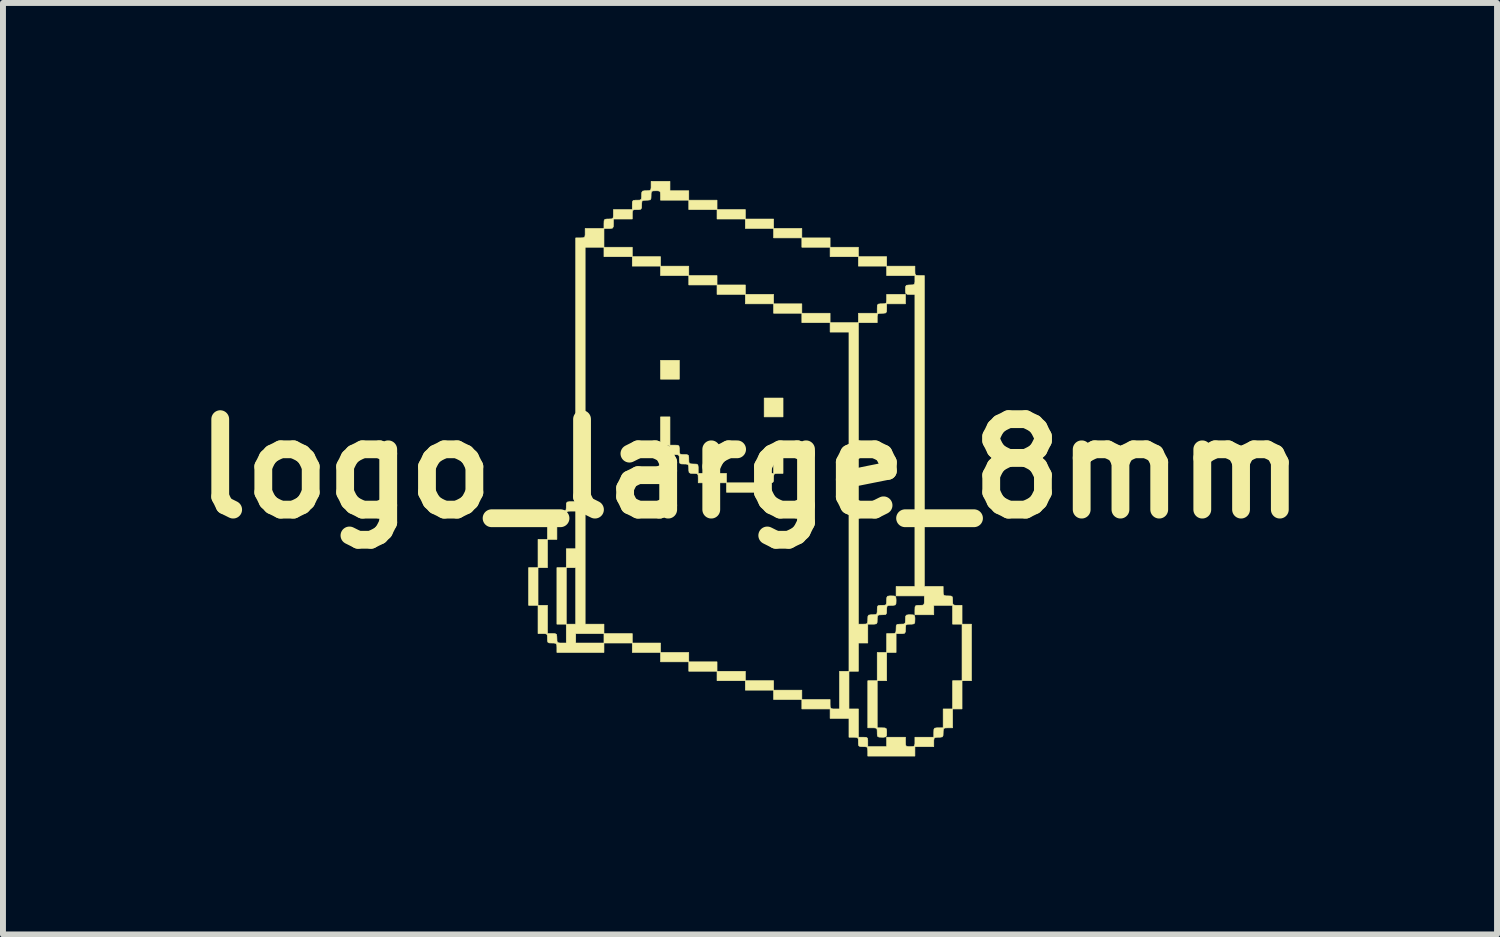
<source format=kicad_pcb>
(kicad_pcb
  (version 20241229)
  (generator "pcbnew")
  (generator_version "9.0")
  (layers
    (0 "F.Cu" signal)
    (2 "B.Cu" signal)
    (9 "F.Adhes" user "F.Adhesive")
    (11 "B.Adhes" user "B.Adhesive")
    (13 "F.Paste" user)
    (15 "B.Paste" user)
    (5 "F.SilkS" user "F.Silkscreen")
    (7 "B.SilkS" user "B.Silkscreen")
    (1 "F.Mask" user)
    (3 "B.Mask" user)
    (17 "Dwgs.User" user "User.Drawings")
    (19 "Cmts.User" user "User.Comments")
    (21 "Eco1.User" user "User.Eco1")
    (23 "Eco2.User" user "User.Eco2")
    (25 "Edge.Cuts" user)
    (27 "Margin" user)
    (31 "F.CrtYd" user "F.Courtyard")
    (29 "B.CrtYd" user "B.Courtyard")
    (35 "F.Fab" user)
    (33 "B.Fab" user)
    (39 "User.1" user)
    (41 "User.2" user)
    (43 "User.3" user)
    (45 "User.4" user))
  (footprint "logo_large_8mm"
    (layer "F.Cu")
    (at 9.587 4.847)
    (property "Reference" "logo_large_8mm" (at 0 0 0) (layer "F.SilkS") (effects (font (size 1.524 1.524) (thickness 0.3))))
    (attr through_hole)
    (fp_poly (pts (xy -3.096 2.619) (xy -3.254 2.619) (xy -3.254 1.667) (xy -3.096 1.667) (xy -3.096 2.619)) (stroke (width 0.01) (type solid)) (fill yes) (layer "F.SilkS"))
    (fp_poly (pts (xy -1.984 -3.572) (xy -2.461 -3.572) (xy -2.461 -3.731) (xy -1.984 -3.731) (xy -1.984 -3.572)) (stroke (width 0.01) (type solid)) (fill yes) (layer "F.SilkS"))
    (fp_poly (pts (xy -1.508 -3.413) (xy -1.984 -3.413) (xy -1.984 -3.572) (xy -1.508 -3.572) (xy -1.508 -3.413)) (stroke (width 0.01) (type solid)) (fill yes) (layer "F.SilkS"))
    (fp_poly (pts (xy -1.191 -1.508) (xy -1.508 -1.508) (xy -1.508 -1.826) (xy -1.191 -1.826) (xy -1.191 -1.508)) (stroke (width 0.01) (type solid)) (fill yes) (layer "F.SilkS"))
    (fp_poly (pts (xy -1.032 -3.254) (xy -1.508 -3.254) (xy -1.508 -3.413) (xy -1.032 -3.413) (xy -1.032 -3.254)) (stroke (width 0.01) (type solid)) (fill yes) (layer "F.SilkS"))
    (fp_poly (pts (xy -0.556 -3.096) (xy -1.032 -3.096) (xy -1.032 -3.254) (xy -0.556 -3.254) (xy -0.556 -3.096)) (stroke (width 0.01) (type solid)) (fill yes) (layer "F.SilkS"))
    (fp_poly (pts (xy -0.079 -2.937) (xy -0.556 -2.937) (xy -0.556 -3.096) (xy -0.079 -3.096) (xy -0.079 -2.937)) (stroke (width 0.01) (type solid)) (fill yes) (layer "F.SilkS"))
    (fp_poly (pts (xy 0.397 -2.778) (xy -0.079 -2.778) (xy -0.079 -2.937) (xy 0.397 -2.937) (xy 0.397 -2.778)) (stroke (width 0.01) (type solid)) (fill yes) (layer "F.SilkS"))
    (fp_poly (pts (xy 0.556 -0.873) (xy 0.238 -0.873) (xy 0.238 -1.191) (xy 0.556 -1.191) (xy 0.556 -0.873)) (stroke (width 0.01) (type solid)) (fill yes) (layer "F.SilkS"))
    (fp_poly (pts (xy 0.873 -2.619) (xy 0.397 -2.619) (xy 0.397 -2.778) (xy 0.873 -2.778) (xy 0.873 -2.619)) (stroke (width 0.01) (type solid)) (fill yes) (layer "F.SilkS"))
    (fp_poly (pts (xy 1.349 -2.461) (xy 0.873 -2.461) (xy 0.873 -2.619) (xy 1.349 -2.619) (xy 1.349 -2.461)) (stroke (width 0.01) (type solid)) (fill yes) (layer "F.SilkS"))
    (fp_poly (pts (xy 2.302 3.572) (xy 2.143 3.572) (xy 2.143 3.096) (xy 2.302 3.096) (xy 2.302 3.572)) (stroke (width 0.01) (type solid)) (fill yes) (layer "F.SilkS"))
    (fp_poly (pts (xy 2.143 4.366) (xy 2.223 4.366) (xy 2.273 4.368) (xy 2.296 4.381) (xy 2.302 4.417) (xy 2.302 4.445) (xy 2.3 4.496) (xy 2.287 4.518) (xy 2.25 4.524) (xy 2.223 4.524) (xy 2.172 4.522) (xy 2.149 4.509) (xy 2.143 4.473) (xy 2.143 4.445) (xy 2.141 4.394) (xy 2.128 4.372) (xy 2.092 4.366) (xy 2.064 4.366) (xy 1.984 4.366) (xy 1.984 3.572) (xy 2.143 3.572) (xy 2.143 4.366)) (stroke (width 0.01) (type solid)) (fill yes) (layer "F.SilkS"))
    (fp_poly (pts (xy 0.556 0.079) (xy 0.476 0.079) (xy 0.425 0.081) (xy 0.403 0.095) (xy 0.397 0.131) (xy 0.397 0.159) (xy 0.395 0.21) (xy 0.382 0.232) (xy 0.345 0.238) (xy 0.318 0.238) (xy 0.267 0.24) (xy 0.244 0.253) (xy 0.238 0.29) (xy 0.238 0.318) (xy 0.238 0.397) (xy -0.397 0.397) (xy -0.397 0.238) (xy 0.238 0.238) (xy 0.238 0.159) (xy 0.24 0.108) (xy 0.253 0.085) (xy 0.29 0.08) (xy 0.318 0.079) (xy 0.397 0.079) (xy 0.397 -0.238) (xy 0.556 -0.238) (xy 0.556 0.079)) (stroke (width 0.01) (type solid)) (fill yes) (layer "F.SilkS"))
    (fp_poly (pts (xy 2.619 -2.778) (xy 2.302 -2.778) (xy 2.302 -2.699) (xy 2.3 -2.648) (xy 2.287 -2.625) (xy 2.25 -2.62) (xy 2.223 -2.619) (xy 2.172 -2.617) (xy 2.149 -2.604) (xy 2.143 -2.568) (xy 2.143 -2.54) (xy 2.143 -2.461) (xy 1.826 -2.461) (xy 1.826 -2.619) (xy 2.143 -2.619) (xy 2.143 -2.699) (xy 2.145 -2.75) (xy 2.158 -2.772) (xy 2.195 -2.778) (xy 2.223 -2.778) (xy 2.273 -2.78) (xy 2.296 -2.793) (xy 2.302 -2.83) (xy 2.302 -2.857) (xy 2.302 -2.937) (xy 2.619 -2.937) (xy 2.619 -2.778)) (stroke (width 0.01) (type solid)) (fill yes) (layer "F.SilkS"))
    (fp_poly (pts (xy 2.75 2.463) (xy 2.772 2.476) (xy 2.778 2.512) (xy 2.778 2.54) (xy 2.776 2.591) (xy 2.763 2.613) (xy 2.727 2.619) (xy 2.699 2.619) (xy 2.648 2.621) (xy 2.625 2.635) (xy 2.62 2.671) (xy 2.619 2.699) (xy 2.617 2.75) (xy 2.604 2.772) (xy 2.568 2.778) (xy 2.54 2.778) (xy 2.461 2.778) (xy 2.461 3.096) (xy 2.302 3.096) (xy 2.302 2.778) (xy 2.381 2.778) (xy 2.432 2.776) (xy 2.455 2.763) (xy 2.46 2.727) (xy 2.461 2.699) (xy 2.463 2.648) (xy 2.476 2.625) (xy 2.512 2.62) (xy 2.54 2.619) (xy 2.591 2.617) (xy 2.613 2.604) (xy 2.619 2.568) (xy 2.619 2.54) (xy 2.621 2.489) (xy 2.635 2.467) (xy 2.671 2.461) (xy 2.699 2.461) (xy 2.75 2.463)) (stroke (width 0.01) (type solid)) (fill yes) (layer "F.SilkS"))
    (fp_poly (pts (xy -1.349 -0.397) (xy -1.27 -0.397) (xy -1.219 -0.395) (xy -1.197 -0.382) (xy -1.191 -0.345) (xy -1.191 -0.318) (xy -1.189 -0.267) (xy -1.175 -0.244) (xy -1.139 -0.238) (xy -1.111 -0.238) (xy -1.06 -0.236) (xy -1.038 -0.223) (xy -1.032 -0.187) (xy -1.032 -0.159) (xy -1.03 -0.108) (xy -1.017 -0.085) (xy -0.98 -0.08) (xy -0.953 -0.079) (xy -0.902 -0.077) (xy -0.879 -0.064) (xy -0.873 -0.028) (xy -0.873 0) (xy -0.873 0.079) (xy -0.397 0.079) (xy -0.397 0.238) (xy -0.873 0.238) (xy -0.873 0.159) (xy -0.875 0.108) (xy -0.888 0.085) (xy -0.925 0.08) (xy -0.953 0.079) (xy -1.003 0.077) (xy -1.026 0.064) (xy -1.032 0.028) (xy -1.032 0) (xy -1.034 -0.051) (xy -1.047 -0.073) (xy -1.083 -0.079) (xy -1.111 -0.079) (xy -1.162 -0.081) (xy -1.185 -0.095) (xy -1.19 -0.131) (xy -1.191 -0.159) (xy -1.193 -0.21) (xy -1.206 -0.232) (xy -1.242 -0.238) (xy -1.27 -0.238) (xy -1.321 -0.24) (xy -1.343 -0.253) (xy -1.349 -0.29) (xy -1.349 -0.318) (xy -1.351 -0.368) (xy -1.365 -0.391) (xy -1.401 -0.397) (xy -1.429 -0.397) (xy -1.508 -0.397) (xy -1.508 -0.873) (xy -1.349 -0.873) (xy -1.349 -0.397)) (stroke (width 0.01) (type solid)) (fill yes) (layer "F.SilkS"))
    (fp_poly (pts (xy 1.826 2.619) (xy 1.905 2.619) (xy 1.956 2.617) (xy 1.978 2.604) (xy 1.984 2.568) (xy 1.984 2.54) (xy 1.986 2.489) (xy 2 2.467) (xy 2.036 2.461) (xy 2.064 2.461) (xy 2.115 2.459) (xy 2.137 2.445) (xy 2.143 2.409) (xy 2.143 2.381) (xy 2.145 2.33) (xy 2.158 2.308) (xy 2.195 2.302) (xy 2.223 2.302) (xy 2.273 2.3) (xy 2.296 2.287) (xy 2.302 2.25) (xy 2.302 2.223) (xy 2.304 2.172) (xy 2.317 2.149) (xy 2.353 2.143) (xy 2.381 2.143) (xy 2.432 2.145) (xy 2.455 2.158) (xy 2.46 2.195) (xy 2.461 2.223) (xy 2.459 2.273) (xy 2.445 2.296) (xy 2.409 2.302) (xy 2.381 2.302) (xy 2.33 2.304) (xy 2.308 2.317) (xy 2.302 2.353) (xy 2.302 2.381) (xy 2.3 2.432) (xy 2.287 2.455) (xy 2.25 2.46) (xy 2.223 2.461) (xy 2.172 2.463) (xy 2.149 2.476) (xy 2.143 2.512) (xy 2.143 2.54) (xy 2.141 2.591) (xy 2.128 2.613) (xy 2.092 2.619) (xy 2.064 2.619) (xy 1.984 2.619) (xy 1.984 2.937) (xy 1.826 2.937) (xy 1.826 3.413) (xy 1.667 3.413) (xy 1.667 -2.302) (xy 1.349 -2.302) (xy 1.349 -2.461) (xy 1.826 -2.461) (xy 1.826 2.619)) (stroke (width 0.01) (type solid)) (fill yes) (layer "F.SilkS"))
    (fp_poly (pts (xy -2.461 2.937) (xy -2.461 3.096) (xy -3.254 3.096) (xy -3.254 3.016) (xy -3.256 2.965) (xy -3.27 2.943) (xy -3.306 2.937) (xy -3.334 2.937) (xy -3.385 2.935) (xy -3.407 2.922) (xy -3.413 2.885) (xy -3.413 2.857) (xy -3.415 2.807) (xy -3.428 2.784) (xy -3.465 2.778) (xy -3.493 2.778) (xy -3.572 2.778) (xy -3.572 2.302) (xy -3.731 2.302) (xy -3.731 1.667) (xy -3.572 1.667) (xy -3.572 2.302) (xy -3.413 2.302) (xy -3.413 2.778) (xy -3.334 2.778) (xy -3.283 2.78) (xy -3.26 2.793) (xy -3.255 2.83) (xy -3.254 2.857) (xy -3.252 2.908) (xy -3.239 2.931) (xy -3.203 2.937) (xy -3.175 2.937) (xy -3.096 2.937) (xy -3.096 2.778) (xy -2.937 2.778) (xy -2.937 2.937) (xy -2.461 2.937) (xy -2.461 2.778) (xy -2.937 2.778) (xy -3.096 2.778) (xy -3.096 2.619) (xy -2.937 2.619) (xy -2.937 1.667) (xy -3.096 1.667) (xy -3.096 1.349) (xy -2.937 1.349) (xy -2.937 0.714) (xy -3.016 0.714) (xy -3.067 0.716) (xy -3.09 0.73) (xy -3.095 0.766) (xy -3.096 0.794) (xy -3.098 0.845) (xy -3.111 0.867) (xy -3.147 0.873) (xy -3.175 0.873) (xy -3.254 0.873) (xy -3.254 1.191) (xy -3.413 1.191) (xy -3.413 1.667) (xy -3.572 1.667) (xy -3.572 1.191) (xy -3.413 1.191) (xy -3.413 0.873) (xy -3.334 0.873) (xy -3.283 0.871) (xy -3.26 0.858) (xy -3.255 0.822) (xy -3.254 0.794) (xy -3.252 0.743) (xy -3.239 0.72) (xy -3.203 0.715) (xy -3.175 0.714) (xy -3.124 0.712) (xy -3.102 0.699) (xy -3.096 0.663) (xy -3.096 0.635) (xy -3.094 0.584) (xy -3.08 0.562) (xy -3.044 0.556) (xy -3.016 0.556) (xy -2.937 0.556) (xy -2.937 -3.731) (xy -2.778 -3.731) (xy -2.778 2.619) (xy -2.461 2.619) (xy -2.461 2.778) (xy -1.984 2.778) (xy -1.984 2.937) (xy -1.508 2.937) (xy -1.508 3.096) (xy -1.032 3.096) (xy -1.032 3.254) (xy -0.556 3.254) (xy -0.556 3.413) (xy -0.079 3.413) (xy -0.079 3.572) (xy 0.397 3.572) (xy 0.397 3.731) (xy 0.873 3.731) (xy 0.873 3.889) (xy 1.349 3.889) (xy 1.349 3.969) (xy 1.351 4.02) (xy 1.365 4.042) (xy 1.401 4.048) (xy 1.429 4.048) (xy 1.508 4.048) (xy 1.508 3.413) (xy 1.667 3.413) (xy 1.667 4.048) (xy 1.826 4.048) (xy 1.826 4.524) (xy 1.905 4.524) (xy 1.956 4.526) (xy 1.978 4.54) (xy 1.984 4.576) (xy 1.984 4.604) (xy 1.984 4.683) (xy 2.302 4.683) (xy 2.302 4.524) (xy 2.619 4.524) (xy 2.619 4.604) (xy 2.621 4.655) (xy 2.635 4.677) (xy 2.671 4.683) (xy 2.699 4.683) (xy 2.75 4.681) (xy 2.772 4.668) (xy 2.778 4.632) (xy 2.778 4.604) (xy 2.778 4.524) (xy 3.096 4.524) (xy 3.096 4.445) (xy 3.098 4.394) (xy 3.111 4.372) (xy 3.147 4.366) (xy 3.175 4.366) (xy 3.254 4.366) (xy 3.254 4.048) (xy 3.413 4.048) (xy 3.413 3.572) (xy 3.572 3.572) (xy 3.572 2.619) (xy 3.413 2.619) (xy 3.413 2.302) (xy 3.096 2.302) (xy 3.096 2.461) (xy 2.778 2.461) (xy 2.778 2.381) (xy 2.78 2.33) (xy 2.793 2.308) (xy 2.83 2.302) (xy 2.857 2.302) (xy 2.908 2.3) (xy 2.931 2.287) (xy 2.937 2.25) (xy 2.937 2.223) (xy 2.937 2.143) (xy 2.461 2.143) (xy 2.461 1.984) (xy 2.778 1.984) (xy 2.778 -2.937) (xy 2.699 -2.937) (xy 2.648 -2.939) (xy 2.625 -2.952) (xy 2.62 -2.988) (xy 2.619 -3.016) (xy 2.621 -3.067) (xy 2.635 -3.09) (xy 2.671 -3.095) (xy 2.699 -3.096) (xy 2.75 -3.098) (xy 2.772 -3.111) (xy 2.778 -3.147) (xy 2.778 -3.175) (xy 2.778 -3.254) (xy 2.302 -3.254) (xy 2.302 -3.413) (xy 1.826 -3.413) (xy 1.826 -3.572) (xy 1.349 -3.572) (xy 1.349 -3.731) (xy 0.873 -3.731) (xy 0.873 -3.889) (xy 0.397 -3.889) (xy 0.397 -4.048) (xy -0.079 -4.048) (xy -0.079 -4.207) (xy -0.556 -4.207) (xy -0.556 -4.366) (xy -1.032 -4.366) (xy -1.032 -4.524) (xy -1.508 -4.524) (xy -1.508 -4.604) (xy -1.51 -4.655) (xy -1.523 -4.677) (xy -1.56 -4.683) (xy -1.587 -4.683) (xy -1.638 -4.681) (xy -1.661 -4.668) (xy -1.667 -4.632) (xy -1.667 -4.604) (xy -1.669 -4.553) (xy -1.682 -4.53) (xy -1.718 -4.525) (xy -1.746 -4.524) (xy -1.797 -4.522) (xy -1.82 -4.509) (xy -1.825 -4.473) (xy -1.826 -4.445) (xy -1.828 -4.394) (xy -1.841 -4.372) (xy -1.877 -4.366) (xy -1.905 -4.366) (xy -1.956 -4.364) (xy -1.978 -4.35) (xy -1.984 -4.314) (xy -1.984 -4.286) (xy -1.984 -4.207) (xy -2.302 -4.207) (xy -2.302 -4.128) (xy -2.304 -4.077) (xy -2.317 -4.054) (xy -2.353 -4.048) (xy -2.381 -4.048) (xy -2.461 -4.048) (xy -2.461 -3.731) (xy -2.778 -3.731) (xy -2.937 -3.731) (xy -2.937 -3.889) (xy -2.857 -3.889) (xy -2.807 -3.891) (xy -2.784 -3.905) (xy -2.778 -3.941) (xy -2.778 -3.969) (xy -2.778 -4.048) (xy -2.461 -4.048) (xy -2.461 -4.128) (xy -2.459 -4.178) (xy -2.445 -4.201) (xy -2.409 -4.207) (xy -2.381 -4.207) (xy -2.33 -4.209) (xy -2.308 -4.222) (xy -2.302 -4.258) (xy -2.302 -4.286) (xy -2.302 -4.366) (xy -1.984 -4.366) (xy -1.984 -4.445) (xy -1.982 -4.496) (xy -1.969 -4.518) (xy -1.933 -4.524) (xy -1.905 -4.524) (xy -1.854 -4.526) (xy -1.832 -4.54) (xy -1.826 -4.576) (xy -1.826 -4.604) (xy -1.824 -4.655) (xy -1.81 -4.677) (xy -1.774 -4.683) (xy -1.746 -4.683) (xy -1.695 -4.685) (xy -1.673 -4.698) (xy -1.667 -4.735) (xy -1.667 -4.763) (xy -1.667 -4.842) (xy -1.349 -4.842) (xy -1.349 -4.683) (xy -1.032 -4.683) (xy -1.032 -4.524) (xy -0.556 -4.524) (xy -0.556 -4.366) (xy -0.079 -4.366) (xy -0.079 -4.207) (xy 0.397 -4.207) (xy 0.397 -4.048) (xy 0.873 -4.048) (xy 0.873 -3.889) (xy 1.349 -3.889) (xy 1.349 -3.731) (xy 1.826 -3.731) (xy 1.826 -3.572) (xy 2.302 -3.572) (xy 2.302 -3.413) (xy 2.778 -3.413) (xy 2.778 -3.334) (xy 2.78 -3.283) (xy 2.793 -3.26) (xy 2.83 -3.255) (xy 2.857 -3.254) (xy 2.937 -3.254) (xy 2.937 1.984) (xy 3.254 1.984) (xy 3.254 2.064) (xy 3.256 2.115) (xy 3.27 2.137) (xy 3.306 2.143) (xy 3.334 2.143) (xy 3.385 2.145) (xy 3.407 2.158) (xy 3.413 2.195) (xy 3.413 2.223) (xy 3.415 2.273) (xy 3.428 2.296) (xy 3.465 2.302) (xy 3.493 2.302) (xy 3.572 2.302) (xy 3.572 2.619) (xy 3.731 2.619) (xy 3.731 3.572) (xy 3.572 3.572) (xy 3.572 4.048) (xy 3.413 4.048) (xy 3.413 4.366) (xy 3.334 4.366) (xy 3.283 4.368) (xy 3.26 4.381) (xy 3.255 4.417) (xy 3.254 4.445) (xy 3.252 4.496) (xy 3.239 4.518) (xy 3.203 4.524) (xy 3.175 4.524) (xy 3.124 4.526) (xy 3.102 4.54) (xy 3.096 4.576) (xy 3.096 4.604) (xy 3.096 4.683) (xy 2.778 4.683) (xy 2.778 4.842) (xy 1.984 4.842) (xy 1.984 4.763) (xy 1.982 4.712) (xy 1.969 4.689) (xy 1.933 4.683) (xy 1.905 4.683) (xy 1.854 4.681) (xy 1.832 4.668) (xy 1.826 4.632) (xy 1.826 4.604) (xy 1.824 4.553) (xy 1.81 4.53) (xy 1.774 4.525) (xy 1.746 4.524) (xy 1.667 4.524) (xy 1.667 4.207) (xy 1.349 4.207) (xy 1.349 4.048) (xy 0.873 4.048) (xy 0.873 3.889) (xy 0.397 3.889) (xy 0.397 3.731) (xy -0.079 3.731) (xy -0.079 3.572) (xy -0.556 3.572) (xy -0.556 3.413) (xy -1.032 3.413) (xy -1.032 3.254) (xy -1.508 3.254) (xy -1.508 3.096) (xy -1.984 3.096) (xy -1.984 2.937) (xy -2.461 2.937)) (stroke (width 0.01) (type solid)) (fill yes) (layer "F.SilkS")))
  (gr_rect
    (start -3 -3)
    (end 22.173 12.694)
    (stroke (width 0.1) (type default))
    (fill no)
    (layer "Edge.Cuts")))
</source>
